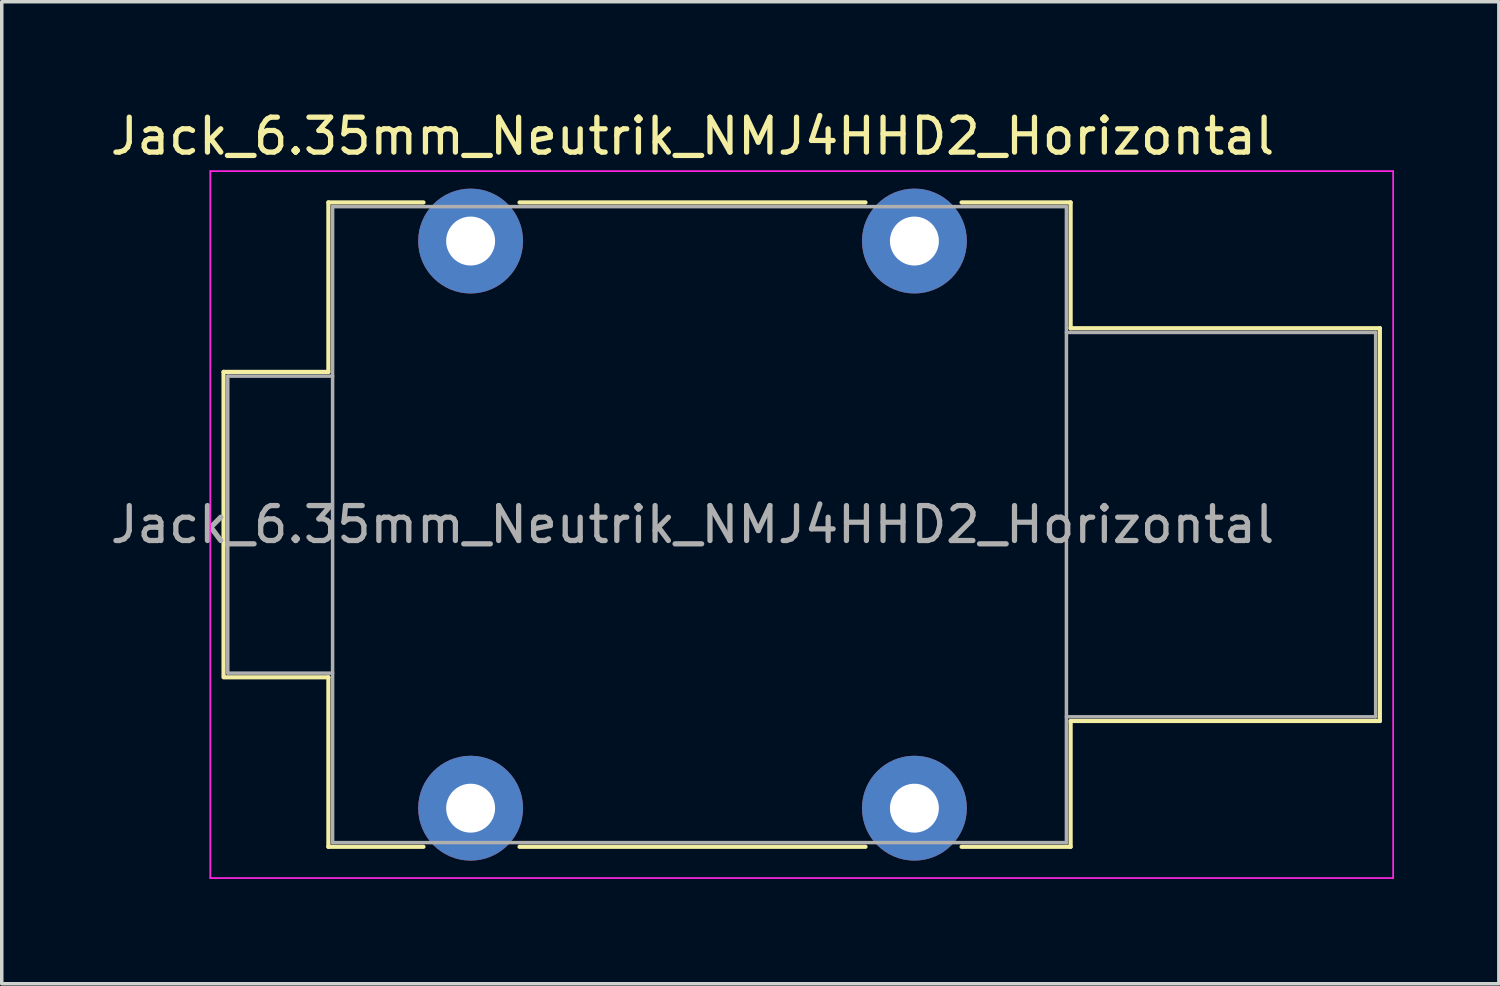
<source format=kicad_pcb>
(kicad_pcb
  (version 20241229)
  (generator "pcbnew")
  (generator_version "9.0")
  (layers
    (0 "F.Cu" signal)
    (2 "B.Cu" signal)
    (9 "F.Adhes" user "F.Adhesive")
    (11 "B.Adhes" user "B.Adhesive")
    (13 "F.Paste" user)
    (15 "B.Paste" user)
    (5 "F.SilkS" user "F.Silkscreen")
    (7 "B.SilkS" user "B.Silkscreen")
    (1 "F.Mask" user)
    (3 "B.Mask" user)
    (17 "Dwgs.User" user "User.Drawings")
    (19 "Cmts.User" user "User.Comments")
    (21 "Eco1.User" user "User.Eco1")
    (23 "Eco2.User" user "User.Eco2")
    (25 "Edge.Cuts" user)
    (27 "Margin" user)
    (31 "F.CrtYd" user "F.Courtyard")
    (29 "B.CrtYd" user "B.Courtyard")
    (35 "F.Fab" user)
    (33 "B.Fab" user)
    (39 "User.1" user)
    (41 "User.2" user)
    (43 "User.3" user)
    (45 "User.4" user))
  (footprint "Jack_6.35mm_Neutrik_NMJ4HHD2_Horizontal"
    (layer "F.Cu")
    (at 10.418 3.848)
    (property "Reference" "Jack_6.35mm_Neutrik_NMJ4HHD2_Horizontal" (at 6.35 -3 0) (layer "F.SilkS") (effects (font (size 1 1) (thickness 0.15))))
    (attr through_hole)
    (fp_line (start -7.07 3.745) (end -4.07 3.745) (stroke (width 0.12) (type solid)) (layer "F.SilkS"))
    (fp_line (start -7.07 12.445) (end -7.07 3.745) (stroke (width 0.12) (type solid)) (layer "F.SilkS"))
    (fp_line (start -7.07 12.485) (end -4.07 12.485) (stroke (width 0.12) (type solid)) (layer "F.SilkS"))
    (fp_line (start -4.07 -1.105) (end -1.35 -1.105) (stroke (width 0.12) (type solid)) (layer "F.SilkS"))
    (fp_line (start -4.07 3.745) (end -4.07 -1.105) (stroke (width 0.12) (type solid)) (layer "F.SilkS"))
    (fp_line (start -4.07 17.335) (end -4.07 12.485) (stroke (width 0.12) (type solid)) (layer "F.SilkS"))
    (fp_line (start -1.35 17.335) (end -4.07 17.335) (stroke (width 0.12) (type solid)) (layer "F.SilkS"))
    (fp_line (start 1.4 -1.105) (end 11.3 -1.105) (stroke (width 0.12) (type solid)) (layer "F.SilkS"))
    (fp_line (start 11.3 17.335) (end 1.4 17.335) (stroke (width 0.12) (type solid)) (layer "F.SilkS"))
    (fp_line (start 17.17 -1.105) (end 14.05 -1.105) (stroke (width 0.12) (type solid)) (layer "F.SilkS"))
    (fp_line (start 17.17 2.495) (end 17.17 -1.105) (stroke (width 0.12) (type solid)) (layer "F.SilkS"))
    (fp_line (start 17.17 2.495) (end 26.02 2.495) (stroke (width 0.12) (type solid)) (layer "F.SilkS"))
    (fp_line (start 17.17 13.735) (end 26.02 13.735) (stroke (width 0.12) (type solid)) (layer "F.SilkS"))
    (fp_line (start 17.17 17.335) (end 14.05 17.335) (stroke (width 0.12) (type solid)) (layer "F.SilkS"))
    (fp_line (start 17.17 17.335) (end 17.17 13.735) (stroke (width 0.12) (type solid)) (layer "F.SilkS"))
    (fp_line (start 26.02 13.735) (end 26.02 2.495) (stroke (width 0.12) (type solid)) (layer "F.SilkS"))
    (fp_line (start -7.45 18.23) (end -7.45 -2) (stroke (width 0.05) (type solid)) (layer "F.CrtYd"))
    (fp_line (start -7.45 18.23) (end 26.4 18.23) (stroke (width 0.05) (type solid)) (layer "F.CrtYd"))
    (fp_line (start 26.4 -2) (end -7.45 -2) (stroke (width 0.05) (type solid)) (layer "F.CrtYd"))
    (fp_line (start 26.4 18.23) (end 26.4 -2) (stroke (width 0.05) (type solid)) (layer "F.CrtYd"))
    (fp_line (start -6.95 3.865) (end -3.95 3.865) (stroke (width 0.1) (type solid)) (layer "F.Fab"))
    (fp_line (start -6.95 12.365) (end -6.95 3.865) (stroke (width 0.1) (type solid)) (layer "F.Fab"))
    (fp_line (start -6.95 12.365) (end -3.95 12.365) (stroke (width 0.1) (type solid)) (layer "F.Fab"))
    (fp_line (start -3.95 17.215) (end -3.95 -0.985) (stroke (width 0.1) (type solid)) (layer "F.Fab"))
    (fp_line (start 17.05 -0.985) (end -3.95 -0.985) (stroke (width 0.1) (type solid)) (layer "F.Fab"))
    (fp_line (start 17.05 17.215) (end -3.95 17.215) (stroke (width 0.1) (type solid)) (layer "F.Fab"))
    (fp_line (start 17.05 17.215) (end 17.05 -0.985) (stroke (width 0.1) (type solid)) (layer "F.Fab"))
    (fp_line (start 25.9 2.615) (end 17.05 2.615) (stroke (width 0.1) (type solid)) (layer "F.Fab"))
    (fp_line (start 25.9 13.615) (end 17.05 13.615) (stroke (width 0.1) (type solid)) (layer "F.Fab"))
    (fp_line (start 25.9 13.615) (end 25.9 2.615) (stroke (width 0.1) (type solid)) (layer "F.Fab"))
    (fp_text user "${REFERENCE}" (at 6.35 8.115 0) (layer "F.Fab") (effects (font (size 1 1) (thickness 0.15))))
    (pad "S" thru_hole circle (at 12.7 0) (size 3 3) (drill 1.4) (layers "*.Cu" "*.Mask"))
    (pad "SN" thru_hole circle (at 12.7 16.23) (size 3 3) (drill 1.4) (layers "*.Cu" "*.Mask"))
    (pad "T" thru_hole circle (at 0 0) (size 3 3) (drill 1.4) (layers "*.Cu" "*.Mask"))
    (pad "TN" thru_hole circle (at 0 16.23) (size 3 3) (drill 1.4) (layers "*.Cu" "*.Mask")))
  (gr_rect
    (start -3 -3)
    (end 39.843 25.103)
    (stroke (width 0.1) (type default))
    (fill no)
    (layer "Edge.Cuts")))
</source>
